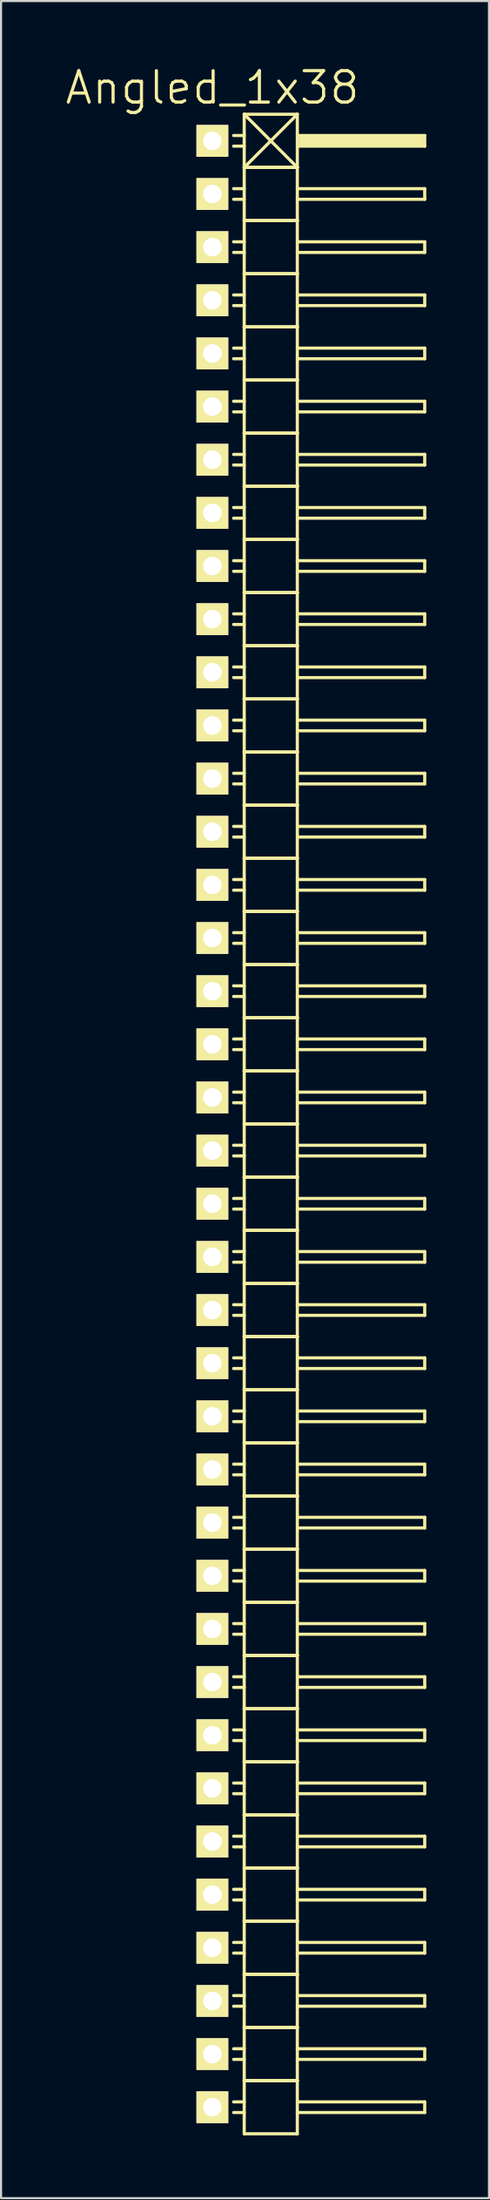
<source format=kicad_pcb>
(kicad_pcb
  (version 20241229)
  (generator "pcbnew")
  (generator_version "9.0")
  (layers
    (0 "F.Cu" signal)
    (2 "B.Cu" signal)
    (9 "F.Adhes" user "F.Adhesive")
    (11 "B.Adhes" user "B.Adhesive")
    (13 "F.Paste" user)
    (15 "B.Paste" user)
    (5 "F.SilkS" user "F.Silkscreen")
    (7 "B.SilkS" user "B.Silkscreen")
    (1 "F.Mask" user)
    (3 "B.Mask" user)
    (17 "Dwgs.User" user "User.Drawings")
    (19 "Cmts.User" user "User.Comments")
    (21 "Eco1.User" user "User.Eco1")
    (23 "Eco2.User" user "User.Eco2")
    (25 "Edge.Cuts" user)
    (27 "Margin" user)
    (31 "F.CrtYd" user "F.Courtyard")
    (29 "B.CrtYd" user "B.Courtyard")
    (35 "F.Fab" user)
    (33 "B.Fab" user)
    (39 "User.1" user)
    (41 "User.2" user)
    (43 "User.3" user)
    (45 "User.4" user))
  (footprint "Angled_1x38"
    (layer "F.Cu")
    (at 7.111 50.671)
    (property "Reference" "Angled_1x38" (at 0 -49.53 0) (layer "F.SilkS") (effects (font (size 1.5 1.5) (thickness 0.15))))
    (attr through_hole)
    (fp_line (start 1.524 -48.26) (end 1.524 -45.72) (stroke (width 0.15) (type solid)) (layer "F.SilkS"))
    (fp_line (start 1.524 -48.26) (end 4.064 -48.26) (stroke (width 0.15) (type solid)) (layer "F.SilkS"))
    (fp_line (start 1.524 -47.244) (end 1.016 -47.244) (stroke (width 0.15) (type solid)) (layer "F.SilkS"))
    (fp_line (start 1.524 -46.736) (end 1.016 -46.736) (stroke (width 0.15) (type solid)) (layer "F.SilkS"))
    (fp_line (start 1.524 -45.72) (end 1.524 -43.18) (stroke (width 0.15) (type solid)) (layer "F.SilkS"))
    (fp_line (start 1.524 -45.72) (end 4.064 -45.72) (stroke (width 0.15) (type solid)) (layer "F.SilkS"))
    (fp_line (start 1.524 -45.72) (end 4.064 -45.72) (stroke (width 0.15) (type solid)) (layer "F.SilkS"))
    (fp_line (start 1.524 -44.704) (end 1.016 -44.704) (stroke (width 0.15) (type solid)) (layer "F.SilkS"))
    (fp_line (start 1.524 -44.196) (end 1.016 -44.196) (stroke (width 0.15) (type solid)) (layer "F.SilkS"))
    (fp_line (start 1.524 -43.18) (end 1.524 -40.64) (stroke (width 0.15) (type solid)) (layer "F.SilkS"))
    (fp_line (start 1.524 -43.18) (end 4.064 -43.18) (stroke (width 0.15) (type solid)) (layer "F.SilkS"))
    (fp_line (start 1.524 -43.18) (end 4.064 -43.18) (stroke (width 0.15) (type solid)) (layer "F.SilkS"))
    (fp_line (start 1.524 -42.164) (end 1.016 -42.164) (stroke (width 0.15) (type solid)) (layer "F.SilkS"))
    (fp_line (start 1.524 -41.656) (end 1.016 -41.656) (stroke (width 0.15) (type solid)) (layer "F.SilkS"))
    (fp_line (start 1.524 -40.64) (end 1.524 -38.1) (stroke (width 0.15) (type solid)) (layer "F.SilkS"))
    (fp_line (start 1.524 -40.64) (end 4.064 -40.64) (stroke (width 0.15) (type solid)) (layer "F.SilkS"))
    (fp_line (start 1.524 -40.64) (end 4.064 -40.64) (stroke (width 0.15) (type solid)) (layer "F.SilkS"))
    (fp_line (start 1.524 -39.624) (end 1.016 -39.624) (stroke (width 0.15) (type solid)) (layer "F.SilkS"))
    (fp_line (start 1.524 -39.116) (end 1.016 -39.116) (stroke (width 0.15) (type solid)) (layer "F.SilkS"))
    (fp_line (start 1.524 -38.1) (end 1.524 -35.56) (stroke (width 0.15) (type solid)) (layer "F.SilkS"))
    (fp_line (start 1.524 -38.1) (end 4.064 -38.1) (stroke (width 0.15) (type solid)) (layer "F.SilkS"))
    (fp_line (start 1.524 -38.1) (end 4.064 -38.1) (stroke (width 0.15) (type solid)) (layer "F.SilkS"))
    (fp_line (start 1.524 -37.084) (end 1.016 -37.084) (stroke (width 0.15) (type solid)) (layer "F.SilkS"))
    (fp_line (start 1.524 -36.576) (end 1.016 -36.576) (stroke (width 0.15) (type solid)) (layer "F.SilkS"))
    (fp_line (start 1.524 -35.56) (end 1.524 -33.02) (stroke (width 0.15) (type solid)) (layer "F.SilkS"))
    (fp_line (start 1.524 -35.56) (end 4.064 -35.56) (stroke (width 0.15) (type solid)) (layer "F.SilkS"))
    (fp_line (start 1.524 -35.56) (end 4.064 -35.56) (stroke (width 0.15) (type solid)) (layer "F.SilkS"))
    (fp_line (start 1.524 -34.544) (end 1.016 -34.544) (stroke (width 0.15) (type solid)) (layer "F.SilkS"))
    (fp_line (start 1.524 -34.036) (end 1.016 -34.036) (stroke (width 0.15) (type solid)) (layer "F.SilkS"))
    (fp_line (start 1.524 -33.02) (end 1.524 -30.48) (stroke (width 0.15) (type solid)) (layer "F.SilkS"))
    (fp_line (start 1.524 -33.02) (end 4.064 -33.02) (stroke (width 0.15) (type solid)) (layer "F.SilkS"))
    (fp_line (start 1.524 -33.02) (end 4.064 -33.02) (stroke (width 0.15) (type solid)) (layer "F.SilkS"))
    (fp_line (start 1.524 -32.004) (end 1.016 -32.004) (stroke (width 0.15) (type solid)) (layer "F.SilkS"))
    (fp_line (start 1.524 -31.496) (end 1.016 -31.496) (stroke (width 0.15) (type solid)) (layer "F.SilkS"))
    (fp_line (start 1.524 -30.48) (end 1.524 -27.94) (stroke (width 0.15) (type solid)) (layer "F.SilkS"))
    (fp_line (start 1.524 -30.48) (end 4.064 -30.48) (stroke (width 0.15) (type solid)) (layer "F.SilkS"))
    (fp_line (start 1.524 -30.48) (end 4.064 -30.48) (stroke (width 0.15) (type solid)) (layer "F.SilkS"))
    (fp_line (start 1.524 -29.464) (end 1.016 -29.464) (stroke (width 0.15) (type solid)) (layer "F.SilkS"))
    (fp_line (start 1.524 -28.956) (end 1.016 -28.956) (stroke (width 0.15) (type solid)) (layer "F.SilkS"))
    (fp_line (start 1.524 -27.94) (end 1.524 -25.4) (stroke (width 0.15) (type solid)) (layer "F.SilkS"))
    (fp_line (start 1.524 -27.94) (end 4.064 -27.94) (stroke (width 0.15) (type solid)) (layer "F.SilkS"))
    (fp_line (start 1.524 -27.94) (end 4.064 -27.94) (stroke (width 0.15) (type solid)) (layer "F.SilkS"))
    (fp_line (start 1.524 -26.924) (end 1.016 -26.924) (stroke (width 0.15) (type solid)) (layer "F.SilkS"))
    (fp_line (start 1.524 -26.416) (end 1.016 -26.416) (stroke (width 0.15) (type solid)) (layer "F.SilkS"))
    (fp_line (start 1.524 -25.4) (end 1.524 -22.86) (stroke (width 0.15) (type solid)) (layer "F.SilkS"))
    (fp_line (start 1.524 -25.4) (end 4.064 -25.4) (stroke (width 0.15) (type solid)) (layer "F.SilkS"))
    (fp_line (start 1.524 -25.4) (end 4.064 -25.4) (stroke (width 0.15) (type solid)) (layer "F.SilkS"))
    (fp_line (start 1.524 -24.384) (end 1.016 -24.384) (stroke (width 0.15) (type solid)) (layer "F.SilkS"))
    (fp_line (start 1.524 -23.876) (end 1.016 -23.876) (stroke (width 0.15) (type solid)) (layer "F.SilkS"))
    (fp_line (start 1.524 -22.86) (end 1.524 -20.32) (stroke (width 0.15) (type solid)) (layer "F.SilkS"))
    (fp_line (start 1.524 -22.86) (end 4.064 -22.86) (stroke (width 0.15) (type solid)) (layer "F.SilkS"))
    (fp_line (start 1.524 -22.86) (end 4.064 -22.86) (stroke (width 0.15) (type solid)) (layer "F.SilkS"))
    (fp_line (start 1.524 -21.844) (end 1.016 -21.844) (stroke (width 0.15) (type solid)) (layer "F.SilkS"))
    (fp_line (start 1.524 -21.336) (end 1.016 -21.336) (stroke (width 0.15) (type solid)) (layer "F.SilkS"))
    (fp_line (start 1.524 -20.32) (end 1.524 -17.78) (stroke (width 0.15) (type solid)) (layer "F.SilkS"))
    (fp_line (start 1.524 -20.32) (end 4.064 -20.32) (stroke (width 0.15) (type solid)) (layer "F.SilkS"))
    (fp_line (start 1.524 -20.32) (end 4.064 -20.32) (stroke (width 0.15) (type solid)) (layer "F.SilkS"))
    (fp_line (start 1.524 -19.304) (end 1.016 -19.304) (stroke (width 0.15) (type solid)) (layer "F.SilkS"))
    (fp_line (start 1.524 -18.796) (end 1.016 -18.796) (stroke (width 0.15) (type solid)) (layer "F.SilkS"))
    (fp_line (start 1.524 -17.78) (end 1.524 -15.24) (stroke (width 0.15) (type solid)) (layer "F.SilkS"))
    (fp_line (start 1.524 -17.78) (end 4.064 -17.78) (stroke (width 0.15) (type solid)) (layer "F.SilkS"))
    (fp_line (start 1.524 -17.78) (end 4.064 -17.78) (stroke (width 0.15) (type solid)) (layer "F.SilkS"))
    (fp_line (start 1.524 -16.764) (end 1.016 -16.764) (stroke (width 0.15) (type solid)) (layer "F.SilkS"))
    (fp_line (start 1.524 -16.256) (end 1.016 -16.256) (stroke (width 0.15) (type solid)) (layer "F.SilkS"))
    (fp_line (start 1.524 -15.24) (end 1.524 -12.7) (stroke (width 0.15) (type solid)) (layer "F.SilkS"))
    (fp_line (start 1.524 -15.24) (end 4.064 -15.24) (stroke (width 0.15) (type solid)) (layer "F.SilkS"))
    (fp_line (start 1.524 -15.24) (end 4.064 -15.24) (stroke (width 0.15) (type solid)) (layer "F.SilkS"))
    (fp_line (start 1.524 -14.224) (end 1.016 -14.224) (stroke (width 0.15) (type solid)) (layer "F.SilkS"))
    (fp_line (start 1.524 -13.716) (end 1.016 -13.716) (stroke (width 0.15) (type solid)) (layer "F.SilkS"))
    (fp_line (start 1.524 -12.7) (end 1.524 -10.16) (stroke (width 0.15) (type solid)) (layer "F.SilkS"))
    (fp_line (start 1.524 -12.7) (end 4.064 -12.7) (stroke (width 0.15) (type solid)) (layer "F.SilkS"))
    (fp_line (start 1.524 -12.7) (end 4.064 -12.7) (stroke (width 0.15) (type solid)) (layer "F.SilkS"))
    (fp_line (start 1.524 -11.684) (end 1.016 -11.684) (stroke (width 0.15) (type solid)) (layer "F.SilkS"))
    (fp_line (start 1.524 -11.176) (end 1.016 -11.176) (stroke (width 0.15) (type solid)) (layer "F.SilkS"))
    (fp_line (start 1.524 -10.16) (end 1.524 -7.62) (stroke (width 0.15) (type solid)) (layer "F.SilkS"))
    (fp_line (start 1.524 -10.16) (end 4.064 -10.16) (stroke (width 0.15) (type solid)) (layer "F.SilkS"))
    (fp_line (start 1.524 -10.16) (end 4.064 -10.16) (stroke (width 0.15) (type solid)) (layer "F.SilkS"))
    (fp_line (start 1.524 -9.144) (end 1.016 -9.144) (stroke (width 0.15) (type solid)) (layer "F.SilkS"))
    (fp_line (start 1.524 -8.636) (end 1.016 -8.636) (stroke (width 0.15) (type solid)) (layer "F.SilkS"))
    (fp_line (start 1.524 -7.62) (end 1.524 -5.08) (stroke (width 0.15) (type solid)) (layer "F.SilkS"))
    (fp_line (start 1.524 -7.62) (end 4.064 -7.62) (stroke (width 0.15) (type solid)) (layer "F.SilkS"))
    (fp_line (start 1.524 -7.62) (end 4.064 -7.62) (stroke (width 0.15) (type solid)) (layer "F.SilkS"))
    (fp_line (start 1.524 -6.604) (end 1.016 -6.604) (stroke (width 0.15) (type solid)) (layer "F.SilkS"))
    (fp_line (start 1.524 -6.096) (end 1.016 -6.096) (stroke (width 0.15) (type solid)) (layer "F.SilkS"))
    (fp_line (start 1.524 -5.08) (end 1.524 -2.54) (stroke (width 0.15) (type solid)) (layer "F.SilkS"))
    (fp_line (start 1.524 -5.08) (end 4.064 -5.08) (stroke (width 0.15) (type solid)) (layer "F.SilkS"))
    (fp_line (start 1.524 -5.08) (end 4.064 -5.08) (stroke (width 0.15) (type solid)) (layer "F.SilkS"))
    (fp_line (start 1.524 -4.064) (end 1.016 -4.064) (stroke (width 0.15) (type solid)) (layer "F.SilkS"))
    (fp_line (start 1.524 -3.556) (end 1.016 -3.556) (stroke (width 0.15) (type solid)) (layer "F.SilkS"))
    (fp_line (start 1.524 -2.54) (end 1.524 0) (stroke (width 0.15) (type solid)) (layer "F.SilkS"))
    (fp_line (start 1.524 -2.54) (end 4.064 -2.54) (stroke (width 0.15) (type solid)) (layer "F.SilkS"))
    (fp_line (start 1.524 -2.54) (end 4.064 -2.54) (stroke (width 0.15) (type solid)) (layer "F.SilkS"))
    (fp_line (start 1.524 -1.524) (end 1.016 -1.524) (stroke (width 0.15) (type solid)) (layer "F.SilkS"))
    (fp_line (start 1.524 -1.016) (end 1.016 -1.016) (stroke (width 0.15) (type solid)) (layer "F.SilkS"))
    (fp_line (start 1.524 0) (end 1.524 2.54) (stroke (width 0.15) (type solid)) (layer "F.SilkS"))
    (fp_line (start 1.524 0) (end 4.064 0) (stroke (width 0.15) (type solid)) (layer "F.SilkS"))
    (fp_line (start 1.524 0) (end 4.064 0) (stroke (width 0.15) (type solid)) (layer "F.SilkS"))
    (fp_line (start 1.524 1.016) (end 1.016 1.016) (stroke (width 0.15) (type solid)) (layer "F.SilkS"))
    (fp_line (start 1.524 1.524) (end 1.016 1.524) (stroke (width 0.15) (type solid)) (layer "F.SilkS"))
    (fp_line (start 1.524 2.54) (end 1.524 5.08) (stroke (width 0.15) (type solid)) (layer "F.SilkS"))
    (fp_line (start 1.524 2.54) (end 4.064 2.54) (stroke (width 0.15) (type solid)) (layer "F.SilkS"))
    (fp_line (start 1.524 2.54) (end 4.064 2.54) (stroke (width 0.15) (type solid)) (layer "F.SilkS"))
    (fp_line (start 1.524 3.556) (end 1.016 3.556) (stroke (width 0.15) (type solid)) (layer "F.SilkS"))
    (fp_line (start 1.524 4.064) (end 1.016 4.064) (stroke (width 0.15) (type solid)) (layer "F.SilkS"))
    (fp_line (start 1.524 5.08) (end 1.524 7.62) (stroke (width 0.15) (type solid)) (layer "F.SilkS"))
    (fp_line (start 1.524 5.08) (end 4.064 5.08) (stroke (width 0.15) (type solid)) (layer "F.SilkS"))
    (fp_line (start 1.524 5.08) (end 4.064 5.08) (stroke (width 0.15) (type solid)) (layer "F.SilkS"))
    (fp_line (start 1.524 6.096) (end 1.016 6.096) (stroke (width 0.15) (type solid)) (layer "F.SilkS"))
    (fp_line (start 1.524 6.604) (end 1.016 6.604) (stroke (width 0.15) (type solid)) (layer "F.SilkS"))
    (fp_line (start 1.524 7.62) (end 1.524 10.16) (stroke (width 0.15) (type solid)) (layer "F.SilkS"))
    (fp_line (start 1.524 7.62) (end 4.064 7.62) (stroke (width 0.15) (type solid)) (layer "F.SilkS"))
    (fp_line (start 1.524 7.62) (end 4.064 7.62) (stroke (width 0.15) (type solid)) (layer "F.SilkS"))
    (fp_line (start 1.524 8.636) (end 1.016 8.636) (stroke (width 0.15) (type solid)) (layer "F.SilkS"))
    (fp_line (start 1.524 9.144) (end 1.016 9.144) (stroke (width 0.15) (type solid)) (layer "F.SilkS"))
    (fp_line (start 1.524 10.16) (end 1.524 12.7) (stroke (width 0.15) (type solid)) (layer "F.SilkS"))
    (fp_line (start 1.524 10.16) (end 4.064 10.16) (stroke (width 0.15) (type solid)) (layer "F.SilkS"))
    (fp_line (start 1.524 10.16) (end 4.064 10.16) (stroke (width 0.15) (type solid)) (layer "F.SilkS"))
    (fp_line (start 1.524 11.176) (end 1.016 11.176) (stroke (width 0.15) (type solid)) (layer "F.SilkS"))
    (fp_line (start 1.524 11.684) (end 1.016 11.684) (stroke (width 0.15) (type solid)) (layer "F.SilkS"))
    (fp_line (start 1.524 12.7) (end 1.524 15.24) (stroke (width 0.15) (type solid)) (layer "F.SilkS"))
    (fp_line (start 1.524 12.7) (end 4.064 12.7) (stroke (width 0.15) (type solid)) (layer "F.SilkS"))
    (fp_line (start 1.524 12.7) (end 4.064 12.7) (stroke (width 0.15) (type solid)) (layer "F.SilkS"))
    (fp_line (start 1.524 13.716) (end 1.016 13.716) (stroke (width 0.15) (type solid)) (layer "F.SilkS"))
    (fp_line (start 1.524 14.224) (end 1.016 14.224) (stroke (width 0.15) (type solid)) (layer "F.SilkS"))
    (fp_line (start 1.524 15.24) (end 1.524 17.78) (stroke (width 0.15) (type solid)) (layer "F.SilkS"))
    (fp_line (start 1.524 15.24) (end 4.064 15.24) (stroke (width 0.15) (type solid)) (layer "F.SilkS"))
    (fp_line (start 1.524 15.24) (end 4.064 15.24) (stroke (width 0.15) (type solid)) (layer "F.SilkS"))
    (fp_line (start 1.524 16.256) (end 1.016 16.256) (stroke (width 0.15) (type solid)) (layer "F.SilkS"))
    (fp_line (start 1.524 16.764) (end 1.016 16.764) (stroke (width 0.15) (type solid)) (layer "F.SilkS"))
    (fp_line (start 1.524 17.78) (end 1.524 20.32) (stroke (width 0.15) (type solid)) (layer "F.SilkS"))
    (fp_line (start 1.524 17.78) (end 4.064 17.78) (stroke (width 0.15) (type solid)) (layer "F.SilkS"))
    (fp_line (start 1.524 17.78) (end 4.064 17.78) (stroke (width 0.15) (type solid)) (layer "F.SilkS"))
    (fp_line (start 1.524 18.796) (end 1.016 18.796) (stroke (width 0.15) (type solid)) (layer "F.SilkS"))
    (fp_line (start 1.524 19.304) (end 1.016 19.304) (stroke (width 0.15) (type solid)) (layer "F.SilkS"))
    (fp_line (start 1.524 20.32) (end 1.524 22.86) (stroke (width 0.15) (type solid)) (layer "F.SilkS"))
    (fp_line (start 1.524 20.32) (end 4.064 20.32) (stroke (width 0.15) (type solid)) (layer "F.SilkS"))
    (fp_line (start 1.524 20.32) (end 4.064 20.32) (stroke (width 0.15) (type solid)) (layer "F.SilkS"))
    (fp_line (start 1.524 21.336) (end 1.016 21.336) (stroke (width 0.15) (type solid)) (layer "F.SilkS"))
    (fp_line (start 1.524 21.844) (end 1.016 21.844) (stroke (width 0.15) (type solid)) (layer "F.SilkS"))
    (fp_line (start 1.524 22.86) (end 1.524 25.4) (stroke (width 0.15) (type solid)) (layer "F.SilkS"))
    (fp_line (start 1.524 22.86) (end 4.064 22.86) (stroke (width 0.15) (type solid)) (layer "F.SilkS"))
    (fp_line (start 1.524 22.86) (end 4.064 22.86) (stroke (width 0.15) (type solid)) (layer "F.SilkS"))
    (fp_line (start 1.524 23.876) (end 1.016 23.876) (stroke (width 0.15) (type solid)) (layer "F.SilkS"))
    (fp_line (start 1.524 24.384) (end 1.016 24.384) (stroke (width 0.15) (type solid)) (layer "F.SilkS"))
    (fp_line (start 1.524 25.4) (end 1.524 27.94) (stroke (width 0.15) (type solid)) (layer "F.SilkS"))
    (fp_line (start 1.524 25.4) (end 4.064 25.4) (stroke (width 0.15) (type solid)) (layer "F.SilkS"))
    (fp_line (start 1.524 25.4) (end 4.064 25.4) (stroke (width 0.15) (type solid)) (layer "F.SilkS"))
    (fp_line (start 1.524 26.416) (end 1.016 26.416) (stroke (width 0.15) (type solid)) (layer "F.SilkS"))
    (fp_line (start 1.524 26.924) (end 1.016 26.924) (stroke (width 0.15) (type solid)) (layer "F.SilkS"))
    (fp_line (start 1.524 27.94) (end 1.524 30.48) (stroke (width 0.15) (type solid)) (layer "F.SilkS"))
    (fp_line (start 1.524 27.94) (end 4.064 27.94) (stroke (width 0.15) (type solid)) (layer "F.SilkS"))
    (fp_line (start 1.524 27.94) (end 4.064 27.94) (stroke (width 0.15) (type solid)) (layer "F.SilkS"))
    (fp_line (start 1.524 28.956) (end 1.016 28.956) (stroke (width 0.15) (type solid)) (layer "F.SilkS"))
    (fp_line (start 1.524 29.464) (end 1.016 29.464) (stroke (width 0.15) (type solid)) (layer "F.SilkS"))
    (fp_line (start 1.524 30.48) (end 1.524 33.02) (stroke (width 0.15) (type solid)) (layer "F.SilkS"))
    (fp_line (start 1.524 30.48) (end 4.064 30.48) (stroke (width 0.15) (type solid)) (layer "F.SilkS"))
    (fp_line (start 1.524 30.48) (end 4.064 30.48) (stroke (width 0.15) (type solid)) (layer "F.SilkS"))
    (fp_line (start 1.524 31.496) (end 1.016 31.496) (stroke (width 0.15) (type solid)) (layer "F.SilkS"))
    (fp_line (start 1.524 32.004) (end 1.016 32.004) (stroke (width 0.15) (type solid)) (layer "F.SilkS"))
    (fp_line (start 1.524 33.02) (end 1.524 35.56) (stroke (width 0.15) (type solid)) (layer "F.SilkS"))
    (fp_line (start 1.524 33.02) (end 4.064 33.02) (stroke (width 0.15) (type solid)) (layer "F.SilkS"))
    (fp_line (start 1.524 33.02) (end 4.064 33.02) (stroke (width 0.15) (type solid)) (layer "F.SilkS"))
    (fp_line (start 1.524 34.036) (end 1.016 34.036) (stroke (width 0.15) (type solid)) (layer "F.SilkS"))
    (fp_line (start 1.524 34.544) (end 1.016 34.544) (stroke (width 0.15) (type solid)) (layer "F.SilkS"))
    (fp_line (start 1.524 35.56) (end 1.524 38.1) (stroke (width 0.15) (type solid)) (layer "F.SilkS"))
    (fp_line (start 1.524 35.56) (end 4.064 35.56) (stroke (width 0.15) (type solid)) (layer "F.SilkS"))
    (fp_line (start 1.524 35.56) (end 4.064 35.56) (stroke (width 0.15) (type solid)) (layer "F.SilkS"))
    (fp_line (start 1.524 36.576) (end 1.016 36.576) (stroke (width 0.15) (type solid)) (layer "F.SilkS"))
    (fp_line (start 1.524 37.084) (end 1.016 37.084) (stroke (width 0.15) (type solid)) (layer "F.SilkS"))
    (fp_line (start 1.524 38.1) (end 1.524 40.64) (stroke (width 0.15) (type solid)) (layer "F.SilkS"))
    (fp_line (start 1.524 38.1) (end 4.064 38.1) (stroke (width 0.15) (type solid)) (layer "F.SilkS"))
    (fp_line (start 1.524 38.1) (end 4.064 38.1) (stroke (width 0.15) (type solid)) (layer "F.SilkS"))
    (fp_line (start 1.524 39.116) (end 1.016 39.116) (stroke (width 0.15) (type solid)) (layer "F.SilkS"))
    (fp_line (start 1.524 39.624) (end 1.016 39.624) (stroke (width 0.15) (type solid)) (layer "F.SilkS"))
    (fp_line (start 1.524 40.64) (end 1.524 43.18) (stroke (width 0.15) (type solid)) (layer "F.SilkS"))
    (fp_line (start 1.524 40.64) (end 4.064 40.64) (stroke (width 0.15) (type solid)) (layer "F.SilkS"))
    (fp_line (start 1.524 40.64) (end 4.064 40.64) (stroke (width 0.15) (type solid)) (layer "F.SilkS"))
    (fp_line (start 1.524 41.656) (end 1.016 41.656) (stroke (width 0.15) (type solid)) (layer "F.SilkS"))
    (fp_line (start 1.524 42.164) (end 1.016 42.164) (stroke (width 0.15) (type solid)) (layer "F.SilkS"))
    (fp_line (start 1.524 43.18) (end 1.524 45.72) (stroke (width 0.15) (type solid)) (layer "F.SilkS"))
    (fp_line (start 1.524 43.18) (end 4.064 43.18) (stroke (width 0.15) (type solid)) (layer "F.SilkS"))
    (fp_line (start 1.524 43.18) (end 4.064 43.18) (stroke (width 0.15) (type solid)) (layer "F.SilkS"))
    (fp_line (start 1.524 44.196) (end 1.016 44.196) (stroke (width 0.15) (type solid)) (layer "F.SilkS"))
    (fp_line (start 1.524 44.704) (end 1.016 44.704) (stroke (width 0.15) (type solid)) (layer "F.SilkS"))
    (fp_line (start 1.524 45.72) (end 1.524 48.26) (stroke (width 0.15) (type solid)) (layer "F.SilkS"))
    (fp_line (start 1.524 45.72) (end 4.064 45.72) (stroke (width 0.15) (type solid)) (layer "F.SilkS"))
    (fp_line (start 1.524 45.72) (end 4.064 45.72) (stroke (width 0.15) (type solid)) (layer "F.SilkS"))
    (fp_line (start 1.524 46.736) (end 1.016 46.736) (stroke (width 0.15) (type solid)) (layer "F.SilkS"))
    (fp_line (start 1.524 47.244) (end 1.016 47.244) (stroke (width 0.15) (type solid)) (layer "F.SilkS"))
    (fp_line (start 1.524 48.26) (end 4.064 48.26) (stroke (width 0.15) (type solid)) (layer "F.SilkS"))
    (fp_line (start 4.064 -48.26) (end 1.524 -45.72) (stroke (width 0.15) (type solid)) (layer "F.SilkS"))
    (fp_line (start 4.064 -47.244) (end 10.16 -47.244) (stroke (width 0.15) (type solid)) (layer "F.SilkS"))
    (fp_line (start 4.064 -45.72) (end 1.524 -48.26) (stroke (width 0.15) (type solid)) (layer "F.SilkS"))
    (fp_line (start 4.064 -45.72) (end 4.064 -48.26) (stroke (width 0.15) (type solid)) (layer "F.SilkS"))
    (fp_line (start 4.064 -44.704) (end 10.16 -44.704) (stroke (width 0.15) (type solid)) (layer "F.SilkS"))
    (fp_line (start 4.064 -43.18) (end 4.064 -45.72) (stroke (width 0.15) (type solid)) (layer "F.SilkS"))
    (fp_line (start 4.064 -42.164) (end 10.16 -42.164) (stroke (width 0.15) (type solid)) (layer "F.SilkS"))
    (fp_line (start 4.064 -40.64) (end 4.064 -43.18) (stroke (width 0.15) (type solid)) (layer "F.SilkS"))
    (fp_line (start 4.064 -39.624) (end 10.16 -39.624) (stroke (width 0.15) (type solid)) (layer "F.SilkS"))
    (fp_line (start 4.064 -38.1) (end 4.064 -40.64) (stroke (width 0.15) (type solid)) (layer "F.SilkS"))
    (fp_line (start 4.064 -37.084) (end 10.16 -37.084) (stroke (width 0.15) (type solid)) (layer "F.SilkS"))
    (fp_line (start 4.064 -35.56) (end 4.064 -38.1) (stroke (width 0.15) (type solid)) (layer "F.SilkS"))
    (fp_line (start 4.064 -34.544) (end 10.16 -34.544) (stroke (width 0.15) (type solid)) (layer "F.SilkS"))
    (fp_line (start 4.064 -33.02) (end 4.064 -35.56) (stroke (width 0.15) (type solid)) (layer "F.SilkS"))
    (fp_line (start 4.064 -32.004) (end 10.16 -32.004) (stroke (width 0.15) (type solid)) (layer "F.SilkS"))
    (fp_line (start 4.064 -30.48) (end 4.064 -33.02) (stroke (width 0.15) (type solid)) (layer "F.SilkS"))
    (fp_line (start 4.064 -29.464) (end 10.16 -29.464) (stroke (width 0.15) (type solid)) (layer "F.SilkS"))
    (fp_line (start 4.064 -27.94) (end 4.064 -30.48) (stroke (width 0.15) (type solid)) (layer "F.SilkS"))
    (fp_line (start 4.064 -26.924) (end 10.16 -26.924) (stroke (width 0.15) (type solid)) (layer "F.SilkS"))
    (fp_line (start 4.064 -25.4) (end 4.064 -27.94) (stroke (width 0.15) (type solid)) (layer "F.SilkS"))
    (fp_line (start 4.064 -24.384) (end 10.16 -24.384) (stroke (width 0.15) (type solid)) (layer "F.SilkS"))
    (fp_line (start 4.064 -22.86) (end 4.064 -25.4) (stroke (width 0.15) (type solid)) (layer "F.SilkS"))
    (fp_line (start 4.064 -21.844) (end 10.16 -21.844) (stroke (width 0.15) (type solid)) (layer "F.SilkS"))
    (fp_line (start 4.064 -20.32) (end 4.064 -22.86) (stroke (width 0.15) (type solid)) (layer "F.SilkS"))
    (fp_line (start 4.064 -19.304) (end 10.16 -19.304) (stroke (width 0.15) (type solid)) (layer "F.SilkS"))
    (fp_line (start 4.064 -17.78) (end 4.064 -20.32) (stroke (width 0.15) (type solid)) (layer "F.SilkS"))
    (fp_line (start 4.064 -16.764) (end 10.16 -16.764) (stroke (width 0.15) (type solid)) (layer "F.SilkS"))
    (fp_line (start 4.064 -15.24) (end 4.064 -17.78) (stroke (width 0.15) (type solid)) (layer "F.SilkS"))
    (fp_line (start 4.064 -14.224) (end 10.16 -14.224) (stroke (width 0.15) (type solid)) (layer "F.SilkS"))
    (fp_line (start 4.064 -12.7) (end 4.064 -15.24) (stroke (width 0.15) (type solid)) (layer "F.SilkS"))
    (fp_line (start 4.064 -11.684) (end 10.16 -11.684) (stroke (width 0.15) (type solid)) (layer "F.SilkS"))
    (fp_line (start 4.064 -10.16) (end 4.064 -12.7) (stroke (width 0.15) (type solid)) (layer "F.SilkS"))
    (fp_line (start 4.064 -9.144) (end 10.16 -9.144) (stroke (width 0.15) (type solid)) (layer "F.SilkS"))
    (fp_line (start 4.064 -7.62) (end 4.064 -10.16) (stroke (width 0.15) (type solid)) (layer "F.SilkS"))
    (fp_line (start 4.064 -6.604) (end 10.16 -6.604) (stroke (width 0.15) (type solid)) (layer "F.SilkS"))
    (fp_line (start 4.064 -5.08) (end 4.064 -7.62) (stroke (width 0.15) (type solid)) (layer "F.SilkS"))
    (fp_line (start 4.064 -4.064) (end 10.16 -4.064) (stroke (width 0.15) (type solid)) (layer "F.SilkS"))
    (fp_line (start 4.064 -2.54) (end 4.064 -5.08) (stroke (width 0.15) (type solid)) (layer "F.SilkS"))
    (fp_line (start 4.064 -1.524) (end 10.16 -1.524) (stroke (width 0.15) (type solid)) (layer "F.SilkS"))
    (fp_line (start 4.064 0) (end 4.064 -2.54) (stroke (width 0.15) (type solid)) (layer "F.SilkS"))
    (fp_line (start 4.064 1.016) (end 10.16 1.016) (stroke (width 0.15) (type solid)) (layer "F.SilkS"))
    (fp_line (start 4.064 2.54) (end 4.064 0) (stroke (width 0.15) (type solid)) (layer "F.SilkS"))
    (fp_line (start 4.064 3.556) (end 10.16 3.556) (stroke (width 0.15) (type solid)) (layer "F.SilkS"))
    (fp_line (start 4.064 5.08) (end 4.064 2.54) (stroke (width 0.15) (type solid)) (layer "F.SilkS"))
    (fp_line (start 4.064 6.096) (end 10.16 6.096) (stroke (width 0.15) (type solid)) (layer "F.SilkS"))
    (fp_line (start 4.064 7.62) (end 4.064 5.08) (stroke (width 0.15) (type solid)) (layer "F.SilkS"))
    (fp_line (start 4.064 8.636) (end 10.16 8.636) (stroke (width 0.15) (type solid)) (layer "F.SilkS"))
    (fp_line (start 4.064 10.16) (end 4.064 7.62) (stroke (width 0.15) (type solid)) (layer "F.SilkS"))
    (fp_line (start 4.064 11.176) (end 10.16 11.176) (stroke (width 0.15) (type solid)) (layer "F.SilkS"))
    (fp_line (start 4.064 12.7) (end 4.064 10.16) (stroke (width 0.15) (type solid)) (layer "F.SilkS"))
    (fp_line (start 4.064 13.716) (end 10.16 13.716) (stroke (width 0.15) (type solid)) (layer "F.SilkS"))
    (fp_line (start 4.064 15.24) (end 4.064 12.7) (stroke (width 0.15) (type solid)) (layer "F.SilkS"))
    (fp_line (start 4.064 16.256) (end 10.16 16.256) (stroke (width 0.15) (type solid)) (layer "F.SilkS"))
    (fp_line (start 4.064 17.78) (end 4.064 15.24) (stroke (width 0.15) (type solid)) (layer "F.SilkS"))
    (fp_line (start 4.064 18.796) (end 10.16 18.796) (stroke (width 0.15) (type solid)) (layer "F.SilkS"))
    (fp_line (start 4.064 20.32) (end 4.064 17.78) (stroke (width 0.15) (type solid)) (layer "F.SilkS"))
    (fp_line (start 4.064 21.336) (end 10.16 21.336) (stroke (width 0.15) (type solid)) (layer "F.SilkS"))
    (fp_line (start 4.064 22.86) (end 4.064 20.32) (stroke (width 0.15) (type solid)) (layer "F.SilkS"))
    (fp_line (start 4.064 23.876) (end 10.16 23.876) (stroke (width 0.15) (type solid)) (layer "F.SilkS"))
    (fp_line (start 4.064 25.4) (end 4.064 22.86) (stroke (width 0.15) (type solid)) (layer "F.SilkS"))
    (fp_line (start 4.064 26.416) (end 10.16 26.416) (stroke (width 0.15) (type solid)) (layer "F.SilkS"))
    (fp_line (start 4.064 27.94) (end 4.064 25.4) (stroke (width 0.15) (type solid)) (layer "F.SilkS"))
    (fp_line (start 4.064 28.956) (end 10.16 28.956) (stroke (width 0.15) (type solid)) (layer "F.SilkS"))
    (fp_line (start 4.064 30.48) (end 4.064 27.94) (stroke (width 0.15) (type solid)) (layer "F.SilkS"))
    (fp_line (start 4.064 31.496) (end 10.16 31.496) (stroke (width 0.15) (type solid)) (layer "F.SilkS"))
    (fp_line (start 4.064 33.02) (end 4.064 30.48) (stroke (width 0.15) (type solid)) (layer "F.SilkS"))
    (fp_line (start 4.064 34.036) (end 10.16 34.036) (stroke (width 0.15) (type solid)) (layer "F.SilkS"))
    (fp_line (start 4.064 35.56) (end 4.064 33.02) (stroke (width 0.15) (type solid)) (layer "F.SilkS"))
    (fp_line (start 4.064 36.576) (end 10.16 36.576) (stroke (width 0.15) (type solid)) (layer "F.SilkS"))
    (fp_line (start 4.064 38.1) (end 4.064 35.56) (stroke (width 0.15) (type solid)) (layer "F.SilkS"))
    (fp_line (start 4.064 39.116) (end 10.16 39.116) (stroke (width 0.15) (type solid)) (layer "F.SilkS"))
    (fp_line (start 4.064 40.64) (end 4.064 38.1) (stroke (width 0.15) (type solid)) (layer "F.SilkS"))
    (fp_line (start 4.064 41.656) (end 10.16 41.656) (stroke (width 0.15) (type solid)) (layer "F.SilkS"))
    (fp_line (start 4.064 43.18) (end 4.064 40.64) (stroke (width 0.15) (type solid)) (layer "F.SilkS"))
    (fp_line (start 4.064 44.196) (end 10.16 44.196) (stroke (width 0.15) (type solid)) (layer "F.SilkS"))
    (fp_line (start 4.064 45.72) (end 4.064 43.18) (stroke (width 0.15) (type solid)) (layer "F.SilkS"))
    (fp_line (start 4.064 46.736) (end 10.16 46.736) (stroke (width 0.15) (type solid)) (layer "F.SilkS"))
    (fp_line (start 4.064 48.26) (end 4.064 45.72) (stroke (width 0.15) (type solid)) (layer "F.SilkS"))
    (fp_line (start 4.191 -47.117) (end 10.033 -47.117) (stroke (width 0.15) (type solid)) (layer "F.SilkS"))
    (fp_line (start 4.191 -46.99) (end 10.033 -46.99) (stroke (width 0.15) (type solid)) (layer "F.SilkS"))
    (fp_line (start 10.033 -47.117) (end 10.033 -46.863) (stroke (width 0.15) (type solid)) (layer "F.SilkS"))
    (fp_line (start 10.033 -46.863) (end 4.191 -46.863) (stroke (width 0.15) (type solid)) (layer "F.SilkS"))
    (fp_line (start 10.16 -47.244) (end 10.16 -46.736) (stroke (width 0.15) (type solid)) (layer "F.SilkS"))
    (fp_line (start 10.16 -46.736) (end 4.064 -46.736) (stroke (width 0.15) (type solid)) (layer "F.SilkS"))
    (fp_line (start 10.16 -44.704) (end 10.16 -44.196) (stroke (width 0.15) (type solid)) (layer "F.SilkS"))
    (fp_line (start 10.16 -44.196) (end 4.064 -44.196) (stroke (width 0.15) (type solid)) (layer "F.SilkS"))
    (fp_line (start 10.16 -42.164) (end 10.16 -41.656) (stroke (width 0.15) (type solid)) (layer "F.SilkS"))
    (fp_line (start 10.16 -41.656) (end 4.064 -41.656) (stroke (width 0.15) (type solid)) (layer "F.SilkS"))
    (fp_line (start 10.16 -39.624) (end 10.16 -39.116) (stroke (width 0.15) (type solid)) (layer "F.SilkS"))
    (fp_line (start 10.16 -39.116) (end 4.064 -39.116) (stroke (width 0.15) (type solid)) (layer "F.SilkS"))
    (fp_line (start 10.16 -37.084) (end 10.16 -36.576) (stroke (width 0.15) (type solid)) (layer "F.SilkS"))
    (fp_line (start 10.16 -36.576) (end 4.064 -36.576) (stroke (width 0.15) (type solid)) (layer "F.SilkS"))
    (fp_line (start 10.16 -34.544) (end 10.16 -34.036) (stroke (width 0.15) (type solid)) (layer "F.SilkS"))
    (fp_line (start 10.16 -34.036) (end 4.064 -34.036) (stroke (width 0.15) (type solid)) (layer "F.SilkS"))
    (fp_line (start 10.16 -32.004) (end 10.16 -31.496) (stroke (width 0.15) (type solid)) (layer "F.SilkS"))
    (fp_line (start 10.16 -31.496) (end 4.064 -31.496) (stroke (width 0.15) (type solid)) (layer "F.SilkS"))
    (fp_line (start 10.16 -29.464) (end 10.16 -28.956) (stroke (width 0.15) (type solid)) (layer "F.SilkS"))
    (fp_line (start 10.16 -28.956) (end 4.064 -28.956) (stroke (width 0.15) (type solid)) (layer "F.SilkS"))
    (fp_line (start 10.16 -26.924) (end 10.16 -26.416) (stroke (width 0.15) (type solid)) (layer "F.SilkS"))
    (fp_line (start 10.16 -26.416) (end 4.064 -26.416) (stroke (width 0.15) (type solid)) (layer "F.SilkS"))
    (fp_line (start 10.16 -24.384) (end 10.16 -23.876) (stroke (width 0.15) (type solid)) (layer "F.SilkS"))
    (fp_line (start 10.16 -23.876) (end 4.064 -23.876) (stroke (width 0.15) (type solid)) (layer "F.SilkS"))
    (fp_line (start 10.16 -21.844) (end 10.16 -21.336) (stroke (width 0.15) (type solid)) (layer "F.SilkS"))
    (fp_line (start 10.16 -21.336) (end 4.064 -21.336) (stroke (width 0.15) (type solid)) (layer "F.SilkS"))
    (fp_line (start 10.16 -19.304) (end 10.16 -18.796) (stroke (width 0.15) (type solid)) (layer "F.SilkS"))
    (fp_line (start 10.16 -18.796) (end 4.064 -18.796) (stroke (width 0.15) (type solid)) (layer "F.SilkS"))
    (fp_line (start 10.16 -16.764) (end 10.16 -16.256) (stroke (width 0.15) (type solid)) (layer "F.SilkS"))
    (fp_line (start 10.16 -16.256) (end 4.064 -16.256) (stroke (width 0.15) (type solid)) (layer "F.SilkS"))
    (fp_line (start 10.16 -14.224) (end 10.16 -13.716) (stroke (width 0.15) (type solid)) (layer "F.SilkS"))
    (fp_line (start 10.16 -13.716) (end 4.064 -13.716) (stroke (width 0.15) (type solid)) (layer "F.SilkS"))
    (fp_line (start 10.16 -11.684) (end 10.16 -11.176) (stroke (width 0.15) (type solid)) (layer "F.SilkS"))
    (fp_line (start 10.16 -11.176) (end 4.064 -11.176) (stroke (width 0.15) (type solid)) (layer "F.SilkS"))
    (fp_line (start 10.16 -9.144) (end 10.16 -8.636) (stroke (width 0.15) (type solid)) (layer "F.SilkS"))
    (fp_line (start 10.16 -8.636) (end 4.064 -8.636) (stroke (width 0.15) (type solid)) (layer "F.SilkS"))
    (fp_line (start 10.16 -6.604) (end 10.16 -6.096) (stroke (width 0.15) (type solid)) (layer "F.SilkS"))
    (fp_line (start 10.16 -6.096) (end 4.064 -6.096) (stroke (width 0.15) (type solid)) (layer "F.SilkS"))
    (fp_line (start 10.16 -4.064) (end 10.16 -3.556) (stroke (width 0.15) (type solid)) (layer "F.SilkS"))
    (fp_line (start 10.16 -3.556) (end 4.064 -3.556) (stroke (width 0.15) (type solid)) (layer "F.SilkS"))
    (fp_line (start 10.16 -1.524) (end 10.16 -1.016) (stroke (width 0.15) (type solid)) (layer "F.SilkS"))
    (fp_line (start 10.16 -1.016) (end 4.064 -1.016) (stroke (width 0.15) (type solid)) (layer "F.SilkS"))
    (fp_line (start 10.16 1.016) (end 10.16 1.524) (stroke (width 0.15) (type solid)) (layer "F.SilkS"))
    (fp_line (start 10.16 1.524) (end 4.064 1.524) (stroke (width 0.15) (type solid)) (layer "F.SilkS"))
    (fp_line (start 10.16 3.556) (end 10.16 4.064) (stroke (width 0.15) (type solid)) (layer "F.SilkS"))
    (fp_line (start 10.16 4.064) (end 4.064 4.064) (stroke (width 0.15) (type solid)) (layer "F.SilkS"))
    (fp_line (start 10.16 6.096) (end 10.16 6.604) (stroke (width 0.15) (type solid)) (layer "F.SilkS"))
    (fp_line (start 10.16 6.604) (end 4.064 6.604) (stroke (width 0.15) (type solid)) (layer "F.SilkS"))
    (fp_line (start 10.16 8.636) (end 10.16 9.144) (stroke (width 0.15) (type solid)) (layer "F.SilkS"))
    (fp_line (start 10.16 9.144) (end 4.064 9.144) (stroke (width 0.15) (type solid)) (layer "F.SilkS"))
    (fp_line (start 10.16 11.176) (end 10.16 11.684) (stroke (width 0.15) (type solid)) (layer "F.SilkS"))
    (fp_line (start 10.16 11.684) (end 4.064 11.684) (stroke (width 0.15) (type solid)) (layer "F.SilkS"))
    (fp_line (start 10.16 13.716) (end 10.16 14.224) (stroke (width 0.15) (type solid)) (layer "F.SilkS"))
    (fp_line (start 10.16 14.224) (end 4.064 14.224) (stroke (width 0.15) (type solid)) (layer "F.SilkS"))
    (fp_line (start 10.16 16.256) (end 10.16 16.764) (stroke (width 0.15) (type solid)) (layer "F.SilkS"))
    (fp_line (start 10.16 16.764) (end 4.064 16.764) (stroke (width 0.15) (type solid)) (layer "F.SilkS"))
    (fp_line (start 10.16 18.796) (end 10.16 19.304) (stroke (width 0.15) (type solid)) (layer "F.SilkS"))
    (fp_line (start 10.16 19.304) (end 4.064 19.304) (stroke (width 0.15) (type solid)) (layer "F.SilkS"))
    (fp_line (start 10.16 21.336) (end 10.16 21.844) (stroke (width 0.15) (type solid)) (layer "F.SilkS"))
    (fp_line (start 10.16 21.844) (end 4.064 21.844) (stroke (width 0.15) (type solid)) (layer "F.SilkS"))
    (fp_line (start 10.16 23.876) (end 10.16 24.384) (stroke (width 0.15) (type solid)) (layer "F.SilkS"))
    (fp_line (start 10.16 24.384) (end 4.064 24.384) (stroke (width 0.15) (type solid)) (layer "F.SilkS"))
    (fp_line (start 10.16 26.416) (end 10.16 26.924) (stroke (width 0.15) (type solid)) (layer "F.SilkS"))
    (fp_line (start 10.16 26.924) (end 4.064 26.924) (stroke (width 0.15) (type solid)) (layer "F.SilkS"))
    (fp_line (start 10.16 28.956) (end 10.16 29.464) (stroke (width 0.15) (type solid)) (layer "F.SilkS"))
    (fp_line (start 10.16 29.464) (end 4.064 29.464) (stroke (width 0.15) (type solid)) (layer "F.SilkS"))
    (fp_line (start 10.16 31.496) (end 10.16 32.004) (stroke (width 0.15) (type solid)) (layer "F.SilkS"))
    (fp_line (start 10.16 32.004) (end 4.064 32.004) (stroke (width 0.15) (type solid)) (layer "F.SilkS"))
    (fp_line (start 10.16 34.036) (end 10.16 34.544) (stroke (width 0.15) (type solid)) (layer "F.SilkS"))
    (fp_line (start 10.16 34.544) (end 4.064 34.544) (stroke (width 0.15) (type solid)) (layer "F.SilkS"))
    (fp_line (start 10.16 36.576) (end 10.16 37.084) (stroke (width 0.15) (type solid)) (layer "F.SilkS"))
    (fp_line (start 10.16 37.084) (end 4.064 37.084) (stroke (width 0.15) (type solid)) (layer "F.SilkS"))
    (fp_line (start 10.16 39.116) (end 10.16 39.624) (stroke (width 0.15) (type solid)) (layer "F.SilkS"))
    (fp_line (start 10.16 39.624) (end 4.064 39.624) (stroke (width 0.15) (type solid)) (layer "F.SilkS"))
    (fp_line (start 10.16 41.656) (end 10.16 42.164) (stroke (width 0.15) (type solid)) (layer "F.SilkS"))
    (fp_line (start 10.16 42.164) (end 4.064 42.164) (stroke (width 0.15) (type solid)) (layer "F.SilkS"))
    (fp_line (start 10.16 44.196) (end 10.16 44.704) (stroke (width 0.15) (type solid)) (layer "F.SilkS"))
    (fp_line (start 10.16 44.704) (end 4.064 44.704) (stroke (width 0.15) (type solid)) (layer "F.SilkS"))
    (fp_line (start 10.16 46.736) (end 10.16 47.244) (stroke (width 0.15) (type solid)) (layer "F.SilkS"))
    (fp_line (start 10.16 47.244) (end 4.064 47.244) (stroke (width 0.15) (type solid)) (layer "F.SilkS"))
    (pad "1" thru_hole rect (at 0 -46.99) (size 1.524 1.524) (drill 0.889) (layers "*.Cu" "*.Mask" "F.SilkS"))
    (pad "2" thru_hole rect (at 0 -44.45) (size 1.524 1.524) (drill 0.889) (layers "*.Cu" "*.Mask" "F.SilkS"))
    (pad "3" thru_hole rect (at 0 -41.91) (size 1.524 1.524) (drill 0.889) (layers "*.Cu" "*.Mask" "F.SilkS"))
    (pad "4" thru_hole rect (at 0 -39.37) (size 1.524 1.524) (drill 0.889) (layers "*.Cu" "*.Mask" "F.SilkS"))
    (pad "5" thru_hole rect (at 0 -36.83) (size 1.524 1.524) (drill 0.889) (layers "*.Cu" "*.Mask" "F.SilkS"))
    (pad "6" thru_hole rect (at 0 -34.29) (size 1.524 1.524) (drill 0.889) (layers "*.Cu" "*.Mask" "F.SilkS"))
    (pad "7" thru_hole rect (at 0 -31.75) (size 1.524 1.524) (drill 0.889) (layers "*.Cu" "*.Mask" "F.SilkS"))
    (pad "8" thru_hole rect (at 0 -29.21) (size 1.524 1.524) (drill 0.889) (layers "*.Cu" "*.Mask" "F.SilkS"))
    (pad "9" thru_hole rect (at 0 -26.67) (size 1.524 1.524) (drill 0.889) (layers "*.Cu" "*.Mask" "F.SilkS"))
    (pad "10" thru_hole rect (at 0 -24.13) (size 1.524 1.524) (drill 0.889) (layers "*.Cu" "*.Mask" "F.SilkS"))
    (pad "11" thru_hole rect (at 0 -21.59) (size 1.524 1.524) (drill 0.889) (layers "*.Cu" "*.Mask" "F.SilkS"))
    (pad "12" thru_hole rect (at 0 -19.05) (size 1.524 1.524) (drill 0.889) (layers "*.Cu" "*.Mask" "F.SilkS"))
    (pad "13" thru_hole rect (at 0 -16.51) (size 1.524 1.524) (drill 0.889) (layers "*.Cu" "*.Mask" "F.SilkS"))
    (pad "14" thru_hole rect (at 0 -13.97) (size 1.524 1.524) (drill 0.889) (layers "*.Cu" "*.Mask" "F.SilkS"))
    (pad "15" thru_hole rect (at 0 -11.43) (size 1.524 1.524) (drill 0.889) (layers "*.Cu" "*.Mask" "F.SilkS"))
    (pad "16" thru_hole rect (at 0 -8.89) (size 1.524 1.524) (drill 0.889) (layers "*.Cu" "*.Mask" "F.SilkS"))
    (pad "17" thru_hole rect (at 0 -6.35) (size 1.524 1.524) (drill 0.889) (layers "*.Cu" "*.Mask" "F.SilkS"))
    (pad "18" thru_hole rect (at 0 -3.81) (size 1.524 1.524) (drill 0.889) (layers "*.Cu" "*.Mask" "F.SilkS"))
    (pad "19" thru_hole rect (at 0 -1.27) (size 1.524 1.524) (drill 0.889) (layers "*.Cu" "*.Mask" "F.SilkS"))
    (pad "20" thru_hole rect (at 0 1.27) (size 1.524 1.524) (drill 0.889) (layers "*.Cu" "*.Mask" "F.SilkS"))
    (pad "21" thru_hole rect (at 0 3.81) (size 1.524 1.524) (drill 0.889) (layers "*.Cu" "*.Mask" "F.SilkS"))
    (pad "22" thru_hole rect (at 0 6.35) (size 1.524 1.524) (drill 0.889) (layers "*.Cu" "*.Mask" "F.SilkS"))
    (pad "23" thru_hole rect (at 0 8.89) (size 1.524 1.524) (drill 0.889) (layers "*.Cu" "*.Mask" "F.SilkS"))
    (pad "24" thru_hole rect (at 0 11.43) (size 1.524 1.524) (drill 0.889) (layers "*.Cu" "*.Mask" "F.SilkS"))
    (pad "25" thru_hole rect (at 0 13.97) (size 1.524 1.524) (drill 0.889) (layers "*.Cu" "*.Mask" "F.SilkS"))
    (pad "26" thru_hole rect (at 0 16.51) (size 1.524 1.524) (drill 0.889) (layers "*.Cu" "*.Mask" "F.SilkS"))
    (pad "27" thru_hole rect (at 0 19.05) (size 1.524 1.524) (drill 0.889) (layers "*.Cu" "*.Mask" "F.SilkS"))
    (pad "28" thru_hole rect (at 0 21.59) (size 1.524 1.524) (drill 0.889) (layers "*.Cu" "*.Mask" "F.SilkS"))
    (pad "29" thru_hole rect (at 0 24.13) (size 1.524 1.524) (drill 0.889) (layers "*.Cu" "*.Mask" "F.SilkS"))
    (pad "30" thru_hole rect (at 0 26.67) (size 1.524 1.524) (drill 0.889) (layers "*.Cu" "*.Mask" "F.SilkS"))
    (pad "31" thru_hole rect (at 0 29.21) (size 1.524 1.524) (drill 0.889) (layers "*.Cu" "*.Mask" "F.SilkS"))
    (pad "32" thru_hole rect (at 0 31.75) (size 1.524 1.524) (drill 0.889) (layers "*.Cu" "*.Mask" "F.SilkS"))
    (pad "33" thru_hole rect (at 0 34.29) (size 1.524 1.524) (drill 0.889) (layers "*.Cu" "*.Mask" "F.SilkS"))
    (pad "34" thru_hole rect (at 0 36.83) (size 1.524 1.524) (drill 0.889) (layers "*.Cu" "*.Mask" "F.SilkS"))
    (pad "35" thru_hole rect (at 0 39.37) (size 1.524 1.524) (drill 0.889) (layers "*.Cu" "*.Mask" "F.SilkS"))
    (pad "36" thru_hole rect (at 0 41.91) (size 1.524 1.524) (drill 0.889) (layers "*.Cu" "*.Mask" "F.SilkS"))
    (pad "37" thru_hole rect (at 0 44.45) (size 1.524 1.524) (drill 0.889) (layers "*.Cu" "*.Mask" "F.SilkS"))
    (pad "38" thru_hole rect (at 0 46.99) (size 1.524 1.524) (drill 0.889) (layers "*.Cu" "*.Mask" "F.SilkS")))
  (gr_rect
    (start -3 -3)
    (end 20.346 102.006)
    (stroke (width 0.1) (type default))
    (fill no)
    (layer "Edge.Cuts")))
</source>
